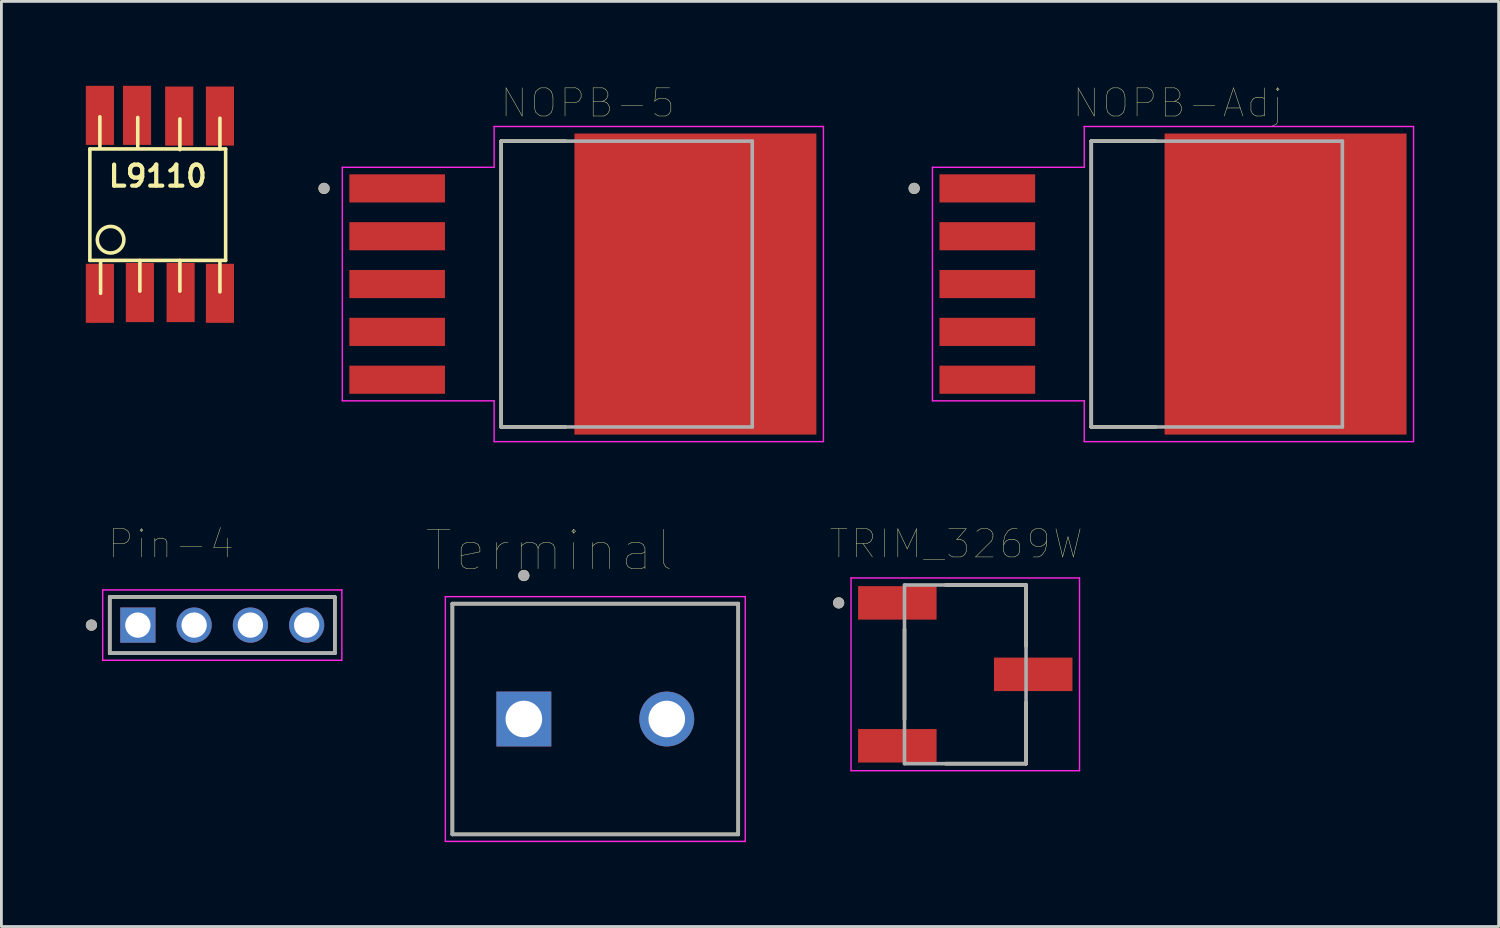
<source format=kicad_pcb>
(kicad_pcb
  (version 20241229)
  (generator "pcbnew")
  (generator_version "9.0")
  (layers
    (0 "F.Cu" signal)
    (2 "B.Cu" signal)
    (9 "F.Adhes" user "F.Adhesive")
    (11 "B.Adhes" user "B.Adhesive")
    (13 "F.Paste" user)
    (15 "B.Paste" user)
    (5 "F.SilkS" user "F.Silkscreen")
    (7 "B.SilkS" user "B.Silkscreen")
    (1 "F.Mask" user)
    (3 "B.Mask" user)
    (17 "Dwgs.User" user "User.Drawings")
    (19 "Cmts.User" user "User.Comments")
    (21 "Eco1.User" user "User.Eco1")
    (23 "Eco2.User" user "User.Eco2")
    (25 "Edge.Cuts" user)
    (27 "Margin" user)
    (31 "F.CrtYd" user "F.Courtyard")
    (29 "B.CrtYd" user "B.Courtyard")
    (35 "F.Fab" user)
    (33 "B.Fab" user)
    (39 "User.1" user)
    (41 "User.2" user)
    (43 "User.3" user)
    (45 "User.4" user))
  (footprint "NOPB-5"
    (layer "F.Cu")
    (at 21.667 7.046)
    (property "Reference" "NOPB-5" (at -3.825 -6.435 0) (layer "F.SilkS") (effects (font (size 1 1) (thickness 0.015))))
    (attr through_hole)
    (fp_poly (pts (xy -12.37 -3.97) (xy -8.83 -3.97) (xy -8.83 -2.83) (xy -12.37 -2.83)) (stroke (width 0.01) (type solid)) (fill yes) (layer "F.Mask"))
    (fp_poly (pts (xy -12.37 -2.27) (xy -8.83 -2.27) (xy -8.83 -1.13) (xy -12.37 -1.13)) (stroke (width 0.01) (type solid)) (fill yes) (layer "F.Mask"))
    (fp_poly (pts (xy -12.37 -0.57) (xy -8.83 -0.57) (xy -8.83 0.57) (xy -12.37 0.57)) (stroke (width 0.01) (type solid)) (fill yes) (layer "F.Mask"))
    (fp_poly (pts (xy -12.37 1.13) (xy -8.83 1.13) (xy -8.83 2.27) (xy -12.37 2.27)) (stroke (width 0.01) (type solid)) (fill yes) (layer "F.Mask"))
    (fp_poly (pts (xy -12.37 2.83) (xy -8.83 2.83) (xy -8.83 3.97) (xy -12.37 3.97)) (stroke (width 0.01) (type solid)) (fill yes) (layer "F.Mask"))
    (fp_poly (pts (xy -4.37 -5.42) (xy 4.37 -5.42) (xy 4.37 5.42) (xy -4.37 5.42)) (stroke (width 0.01) (type solid)) (fill yes) (layer "F.Mask"))
    (fp_line (start -6.905 -5.08) (end -6.905 5.08) (stroke (width 0.127) (type solid)) (layer "F.SilkS"))
    (fp_line (start -6.905 5.08) (end -4.62 5.08) (stroke (width 0.127) (type solid)) (layer "F.SilkS"))
    (fp_line (start -4.62 -5.08) (end -6.905 -5.08) (stroke (width 0.127) (type solid)) (layer "F.SilkS"))
    (fp_circle (center -13.2 -3.4) (end -13.1 -3.4) (stroke (width 0.2) (type solid)) (fill no) (layer "F.SilkS"))
    (fp_poly (pts (xy -12.25 -3.85) (xy -8.95 -3.85) (xy -8.95 -2.95) (xy -12.25 -2.95)) (stroke (width 0.01) (type solid)) (fill yes) (layer "F.Paste"))
    (fp_poly (pts (xy -12.25 -2.15) (xy -8.95 -2.15) (xy -8.95 -1.25) (xy -12.25 -1.25)) (stroke (width 0.01) (type solid)) (fill yes) (layer "F.Paste"))
    (fp_poly (pts (xy -12.25 -0.45) (xy -8.95 -0.45) (xy -8.95 0.45) (xy -12.25 0.45)) (stroke (width 0.01) (type solid)) (fill yes) (layer "F.Paste"))
    (fp_poly (pts (xy -12.25 1.25) (xy -8.95 1.25) (xy -8.95 2.15) (xy -12.25 2.15)) (stroke (width 0.01) (type solid)) (fill yes) (layer "F.Paste"))
    (fp_poly (pts (xy -12.25 2.95) (xy -8.95 2.95) (xy -8.95 3.85) (xy -12.25 3.85)) (stroke (width 0.01) (type solid)) (fill yes) (layer "F.Paste"))
    (fp_poly (pts (xy -4.25 -5.3) (xy 4.25 -5.3) (xy 4.25 5.3) (xy -4.25 5.3)) (stroke (width 0.01) (type solid)) (fill yes) (layer "F.Paste"))
    (fp_line (start -12.55 -4.15) (end -12.55 4.15) (stroke (width 0.05) (type solid)) (layer "F.CrtYd"))
    (fp_line (start -12.55 4.15) (end -7.155 4.15) (stroke (width 0.05) (type solid)) (layer "F.CrtYd"))
    (fp_line (start -7.155 -5.6) (end -7.155 -4.15) (stroke (width 0.05) (type solid)) (layer "F.CrtYd"))
    (fp_line (start -7.155 -4.15) (end -12.55 -4.15) (stroke (width 0.05) (type solid)) (layer "F.CrtYd"))
    (fp_line (start -7.155 4.15) (end -7.155 5.6) (stroke (width 0.05) (type solid)) (layer "F.CrtYd"))
    (fp_line (start -7.155 5.6) (end 4.55 5.6) (stroke (width 0.05) (type solid)) (layer "F.CrtYd"))
    (fp_line (start 4.55 -5.6) (end -7.155 -5.6) (stroke (width 0.05) (type solid)) (layer "F.CrtYd"))
    (fp_line (start 4.55 5.6) (end 4.55 -5.6) (stroke (width 0.05) (type solid)) (layer "F.CrtYd"))
    (fp_line (start -6.905 -5.08) (end -6.905 5.08) (stroke (width 0.127) (type solid)) (layer "F.Fab"))
    (fp_line (start -6.905 5.08) (end 2.02 5.08) (stroke (width 0.127) (type solid)) (layer "F.Fab"))
    (fp_line (start 2.02 -5.08) (end -6.905 -5.08) (stroke (width 0.127) (type solid)) (layer "F.Fab"))
    (fp_line (start 2.02 5.08) (end 2.02 -5.08) (stroke (width 0.127) (type solid)) (layer "F.Fab"))
    (fp_circle (center -13.2 -3.4) (end -13.1 -3.4) (stroke (width 0.2) (type solid)) (fill no) (layer "F.Fab"))
    (pad "1" smd rect (at -10.6 -3.4) (size 3.4 1) (layers "F.Cu"))
    (pad "2" smd rect (at -10.6 -1.7) (size 3.4 1) (layers "F.Cu"))
    (pad "3" smd rect (at -10.6 0) (size 3.4 1) (layers "F.Cu"))
    (pad "4" smd rect (at -10.6 1.7) (size 3.4 1) (layers "F.Cu"))
    (pad "5" smd rect (at -10.6 3.4) (size 3.4 1) (layers "F.Cu"))
    (pad "6" smd rect (at 0 0) (size 8.6 10.7) (layers "F.Cu")))
  (footprint "L9110"
    (layer "F.Cu")
    (at 2.557 4.225)
    (property "Reference" "L9110" (at 0 -1.016 0) (layer "F.SilkS") (effects (font (size 0.749 0.749) (thickness 0.15))))
    (attr smd)
    (fp_line (start -2.413 -1.981) (end -2.413 1.981) (stroke (width 0.127) (type solid)) (layer "F.SilkS"))
    (fp_line (start -2.413 1.981) (end 2.413 1.981) (stroke (width 0.127) (type solid)) (layer "F.SilkS"))
    (fp_line (start -2.057 -2.032) (end -2.057 -3.124) (stroke (width 0.127) (type solid)) (layer "F.SilkS"))
    (fp_line (start -2.032 3.15) (end -2.032 2.057) (stroke (width 0.127) (type solid)) (layer "F.SilkS"))
    (fp_line (start -0.711 -2.007) (end -0.711 -3.099) (stroke (width 0.127) (type solid)) (layer "F.SilkS"))
    (fp_line (start -0.635 3.073) (end -0.635 1.981) (stroke (width 0.127) (type solid)) (layer "F.SilkS"))
    (fp_line (start 0.787 -1.956) (end 0.787 -3.048) (stroke (width 0.127) (type solid)) (layer "F.SilkS"))
    (fp_line (start 0.787 3.073) (end 0.787 1.981) (stroke (width 0.127) (type solid)) (layer "F.SilkS"))
    (fp_line (start 2.21 -3.073) (end 2.21 -1.981) (stroke (width 0.127) (type solid)) (layer "F.SilkS"))
    (fp_line (start 2.21 2.007) (end 2.21 3.099) (stroke (width 0.127) (type solid)) (layer "F.SilkS"))
    (fp_line (start 2.413 -1.981) (end -2.413 -1.981) (stroke (width 0.127) (type solid)) (layer "F.SilkS"))
    (fp_line (start 2.413 1.981) (end 2.413 -1.981) (stroke (width 0.127) (type solid)) (layer "F.SilkS"))
    (fp_circle (center -1.676 1.245) (end -1.956 1.626) (stroke (width 0.127) (type solid)) (fill no) (layer "F.SilkS"))
    (pad "1" smd rect (at -2.057 3.15) (size 1 2.1) (layers "F.Cu" "F.Mask" "F.Paste"))
    (pad "2" smd rect (at -0.635 3.124) (size 1 2.1) (layers "F.Cu" "F.Mask" "F.Paste"))
    (pad "3" smd rect (at 0.813 3.124) (size 1 2.1) (layers "F.Cu" "F.Mask" "F.Paste"))
    (pad "4" smd rect (at 2.21 3.15) (size 1 2.1) (layers "F.Cu" "F.Mask" "F.Paste"))
    (pad "5" smd rect (at 2.21 -3.15) (size 1 2.1) (layers "F.Cu" "F.Mask" "F.Paste"))
    (pad "6" smd rect (at 0.762 -3.15) (size 1 2.1) (layers "F.Cu" "F.Mask" "F.Paste"))
    (pad "7" smd rect (at -0.737 -3.175) (size 1 2.1) (layers "F.Cu" "F.Mask" "F.Paste"))
    (pad "8" smd rect (at -2.057 -3.175) (size 1 2.1) (layers "F.Cu" "F.Mask" "F.Paste")))
  (footprint "NOPB-Adj"
    (layer "F.Cu")
    (at 42.642 7.046)
    (property "Reference" "NOPB-Adj" (at -3.825 -6.435 0) (layer "F.SilkS") (effects (font (size 1 1) (thickness 0.015))))
    (attr through_hole)
    (fp_poly (pts (xy -12.37 -3.97) (xy -8.83 -3.97) (xy -8.83 -2.83) (xy -12.37 -2.83)) (stroke (width 0.01) (type solid)) (fill yes) (layer "F.Mask"))
    (fp_poly (pts (xy -12.37 -2.27) (xy -8.83 -2.27) (xy -8.83 -1.13) (xy -12.37 -1.13)) (stroke (width 0.01) (type solid)) (fill yes) (layer "F.Mask"))
    (fp_poly (pts (xy -12.37 -0.57) (xy -8.83 -0.57) (xy -8.83 0.57) (xy -12.37 0.57)) (stroke (width 0.01) (type solid)) (fill yes) (layer "F.Mask"))
    (fp_poly (pts (xy -12.37 1.13) (xy -8.83 1.13) (xy -8.83 2.27) (xy -12.37 2.27)) (stroke (width 0.01) (type solid)) (fill yes) (layer "F.Mask"))
    (fp_poly (pts (xy -12.37 2.83) (xy -8.83 2.83) (xy -8.83 3.97) (xy -12.37 3.97)) (stroke (width 0.01) (type solid)) (fill yes) (layer "F.Mask"))
    (fp_poly (pts (xy -4.37 -5.42) (xy 4.37 -5.42) (xy 4.37 5.42) (xy -4.37 5.42)) (stroke (width 0.01) (type solid)) (fill yes) (layer "F.Mask"))
    (fp_line (start -6.905 -5.08) (end -6.905 5.08) (stroke (width 0.127) (type solid)) (layer "F.SilkS"))
    (fp_line (start -6.905 5.08) (end -4.62 5.08) (stroke (width 0.127) (type solid)) (layer "F.SilkS"))
    (fp_line (start -4.62 -5.08) (end -6.905 -5.08) (stroke (width 0.127) (type solid)) (layer "F.SilkS"))
    (fp_circle (center -13.2 -3.4) (end -13.1 -3.4) (stroke (width 0.2) (type solid)) (fill no) (layer "F.SilkS"))
    (fp_poly (pts (xy -12.25 -3.85) (xy -8.95 -3.85) (xy -8.95 -2.95) (xy -12.25 -2.95)) (stroke (width 0.01) (type solid)) (fill yes) (layer "F.Paste"))
    (fp_poly (pts (xy -12.25 -2.15) (xy -8.95 -2.15) (xy -8.95 -1.25) (xy -12.25 -1.25)) (stroke (width 0.01) (type solid)) (fill yes) (layer "F.Paste"))
    (fp_poly (pts (xy -12.25 -0.45) (xy -8.95 -0.45) (xy -8.95 0.45) (xy -12.25 0.45)) (stroke (width 0.01) (type solid)) (fill yes) (layer "F.Paste"))
    (fp_poly (pts (xy -12.25 1.25) (xy -8.95 1.25) (xy -8.95 2.15) (xy -12.25 2.15)) (stroke (width 0.01) (type solid)) (fill yes) (layer "F.Paste"))
    (fp_poly (pts (xy -12.25 2.95) (xy -8.95 2.95) (xy -8.95 3.85) (xy -12.25 3.85)) (stroke (width 0.01) (type solid)) (fill yes) (layer "F.Paste"))
    (fp_poly (pts (xy -4.25 -5.3) (xy 4.25 -5.3) (xy 4.25 5.3) (xy -4.25 5.3)) (stroke (width 0.01) (type solid)) (fill yes) (layer "F.Paste"))
    (fp_line (start -12.55 -4.15) (end -12.55 4.15) (stroke (width 0.05) (type solid)) (layer "F.CrtYd"))
    (fp_line (start -12.55 4.15) (end -7.155 4.15) (stroke (width 0.05) (type solid)) (layer "F.CrtYd"))
    (fp_line (start -7.155 -5.6) (end -7.155 -4.15) (stroke (width 0.05) (type solid)) (layer "F.CrtYd"))
    (fp_line (start -7.155 -4.15) (end -12.55 -4.15) (stroke (width 0.05) (type solid)) (layer "F.CrtYd"))
    (fp_line (start -7.155 4.15) (end -7.155 5.6) (stroke (width 0.05) (type solid)) (layer "F.CrtYd"))
    (fp_line (start -7.155 5.6) (end 4.55 5.6) (stroke (width 0.05) (type solid)) (layer "F.CrtYd"))
    (fp_line (start 4.55 -5.6) (end -7.155 -5.6) (stroke (width 0.05) (type solid)) (layer "F.CrtYd"))
    (fp_line (start 4.55 5.6) (end 4.55 -5.6) (stroke (width 0.05) (type solid)) (layer "F.CrtYd"))
    (fp_line (start -6.905 -5.08) (end -6.905 5.08) (stroke (width 0.127) (type solid)) (layer "F.Fab"))
    (fp_line (start -6.905 5.08) (end 2.02 5.08) (stroke (width 0.127) (type solid)) (layer "F.Fab"))
    (fp_line (start 2.02 -5.08) (end -6.905 -5.08) (stroke (width 0.127) (type solid)) (layer "F.Fab"))
    (fp_line (start 2.02 5.08) (end 2.02 -5.08) (stroke (width 0.127) (type solid)) (layer "F.Fab"))
    (fp_circle (center -13.2 -3.4) (end -13.1 -3.4) (stroke (width 0.2) (type solid)) (fill no) (layer "F.Fab"))
    (pad "1" smd rect (at -10.6 -3.4) (size 3.4 1) (layers "F.Cu"))
    (pad "2" smd rect (at -10.6 -1.7) (size 3.4 1) (layers "F.Cu"))
    (pad "3" smd rect (at -10.6 0) (size 3.4 1) (layers "F.Cu"))
    (pad "4" smd rect (at -10.6 1.7) (size 3.4 1) (layers "F.Cu"))
    (pad "5" smd rect (at -10.6 3.4) (size 3.4 1) (layers "F.Cu"))
    (pad "6" smd rect (at 0 0) (size 8.6 10.7) (layers "F.Cu")))
  (footprint "Terminal"
    (layer "F.Cu")
    (at 15.569 22.506)
    (property "Reference" "Terminal" (at 0.905 -5.989 0) (layer "F.SilkS") (effects (font (size 1.4 1.4) (thickness 0.015))))
    (attr through_hole)
    (fp_line (start -2.54 -4.1) (end 7.62 -4.1) (stroke (width 0.127) (type solid)) (layer "F.SilkS"))
    (fp_line (start -2.54 4.1) (end -2.54 -4.1) (stroke (width 0.127) (type solid)) (layer "F.SilkS"))
    (fp_line (start 7.62 -4.1) (end 7.62 4.1) (stroke (width 0.127) (type solid)) (layer "F.SilkS"))
    (fp_line (start 7.62 4.1) (end -2.54 4.1) (stroke (width 0.127) (type solid)) (layer "F.SilkS"))
    (fp_circle (center 0 -5.1) (end 0.1 -5.1) (stroke (width 0.2) (type solid)) (fill no) (layer "F.SilkS"))
    (fp_line (start -2.79 -4.35) (end 7.87 -4.35) (stroke (width 0.05) (type solid)) (layer "F.CrtYd"))
    (fp_line (start -2.79 4.35) (end -2.79 -4.35) (stroke (width 0.05) (type solid)) (layer "F.CrtYd"))
    (fp_line (start 7.87 -4.35) (end 7.87 4.35) (stroke (width 0.05) (type solid)) (layer "F.CrtYd"))
    (fp_line (start 7.87 4.35) (end -2.79 4.35) (stroke (width 0.05) (type solid)) (layer "F.CrtYd"))
    (fp_line (start -2.54 -4.1) (end 7.62 -4.1) (stroke (width 0.127) (type solid)) (layer "F.Fab"))
    (fp_line (start -2.54 4.1) (end -2.54 -4.1) (stroke (width 0.127) (type solid)) (layer "F.Fab"))
    (fp_line (start 7.62 -4.1) (end 7.62 4.1) (stroke (width 0.127) (type solid)) (layer "F.Fab"))
    (fp_line (start 7.62 4.1) (end -2.54 4.1) (stroke (width 0.127) (type solid)) (layer "F.Fab"))
    (fp_circle (center 0 -5.1) (end 0.1 -5.1) (stroke (width 0.2) (type solid)) (fill no) (layer "F.Fab"))
    (pad "1" thru_hole rect (at 0 0) (size 1.95 1.95) (drill 1.3) (layers "*.Cu" "*.Mask"))
    (pad "2" thru_hole circle (at 5.08 0) (size 1.95 1.95) (drill 1.3) (layers "*.Cu" "*.Mask")))
  (footprint "TRIM_3269W"
    (layer "F.Cu")
    (at 31.259 20.918)
    (property "Reference" "TRIM_3269W" (at -0.325 -4.635 0) (layer "F.SilkS") (effects (font (size 1 1) (thickness 0.015))))
    (attr through_hole)
    (fp_line (start -2.16 1.6) (end -2.16 -1.6) (stroke (width 0.127) (type solid)) (layer "F.SilkS"))
    (fp_line (start -0.7 -3.175) (end 2.16 -3.175) (stroke (width 0.127) (type solid)) (layer "F.SilkS"))
    (fp_line (start 2.16 -3.175) (end 2.16 -1) (stroke (width 0.127) (type solid)) (layer "F.SilkS"))
    (fp_line (start 2.16 1) (end 2.16 3.175) (stroke (width 0.127) (type solid)) (layer "F.SilkS"))
    (fp_line (start 2.16 3.175) (end -0.7 3.175) (stroke (width 0.127) (type solid)) (layer "F.SilkS"))
    (fp_circle (center -4.5 -2.54) (end -4.4 -2.54) (stroke (width 0.2) (type solid)) (fill no) (layer "F.SilkS"))
    (fp_line (start -4.06 -3.425) (end 4.06 -3.425) (stroke (width 0.05) (type solid)) (layer "F.CrtYd"))
    (fp_line (start -4.06 3.425) (end -4.06 -3.425) (stroke (width 0.05) (type solid)) (layer "F.CrtYd"))
    (fp_line (start 4.06 -3.425) (end 4.06 3.425) (stroke (width 0.05) (type solid)) (layer "F.CrtYd"))
    (fp_line (start 4.06 3.425) (end -4.06 3.425) (stroke (width 0.05) (type solid)) (layer "F.CrtYd"))
    (fp_line (start -2.16 -3.175) (end 2.16 -3.175) (stroke (width 0.127) (type solid)) (layer "F.Fab"))
    (fp_line (start -2.16 3.175) (end -2.16 -3.175) (stroke (width 0.127) (type solid)) (layer "F.Fab"))
    (fp_line (start 2.16 -3.175) (end 2.16 3.175) (stroke (width 0.127) (type solid)) (layer "F.Fab"))
    (fp_line (start 2.16 3.175) (end -2.16 3.175) (stroke (width 0.127) (type solid)) (layer "F.Fab"))
    (fp_circle (center -4.5 -2.54) (end -4.4 -2.54) (stroke (width 0.2) (type solid)) (fill no) (layer "F.Fab"))
    (pad "1" smd rect (at -2.415 -2.54) (size 2.79 1.19) (layers "F.Cu" "F.Mask" "F.Paste"))
    (pad "2" smd rect (at 2.415 0) (size 2.79 1.19) (layers "F.Cu" "F.Mask" "F.Paste"))
    (pad "3" smd rect (at -2.415 2.54) (size 2.79 1.19) (layers "F.Cu" "F.Mask" "F.Paste")))
  (footprint "Pin-4"
    (layer "F.Cu")
    (at 1.85 19.168)
    (property "Reference" "Pin-4" (at 1.175 -2.885 0) (layer "F.SilkS") (effects (font (size 1 1) (thickness 0.015))))
    (attr through_hole)
    (fp_line (start -1 1) (end -1 -1) (stroke (width 0.127) (type solid)) (layer "F.SilkS"))
    (fp_line (start 7 -1) (end -1 -1) (stroke (width 0.127) (type solid)) (layer "F.SilkS"))
    (fp_line (start 7 -1) (end 7 1) (stroke (width 0.127) (type solid)) (layer "F.SilkS"))
    (fp_line (start 7 1) (end -1 1) (stroke (width 0.127) (type solid)) (layer "F.SilkS"))
    (fp_circle (center -1.65 0) (end -1.55 0) (stroke (width 0.2) (type solid)) (fill no) (layer "F.SilkS"))
    (fp_line (start -1.25 -1.25) (end 7.25 -1.25) (stroke (width 0.05) (type solid)) (layer "F.CrtYd"))
    (fp_line (start -1.25 1.25) (end -1.25 -1.25) (stroke (width 0.05) (type solid)) (layer "F.CrtYd"))
    (fp_line (start 7.25 -1.25) (end 7.25 1.25) (stroke (width 0.05) (type solid)) (layer "F.CrtYd"))
    (fp_line (start 7.25 1.25) (end -1.25 1.25) (stroke (width 0.05) (type solid)) (layer "F.CrtYd"))
    (fp_line (start -1 -1) (end 7 -1) (stroke (width 0.127) (type solid)) (layer "F.Fab"))
    (fp_line (start -1 1) (end -1 -1) (stroke (width 0.127) (type solid)) (layer "F.Fab"))
    (fp_line (start -1 1) (end -1 1) (stroke (width 0.127) (type solid)) (layer "F.Fab"))
    (fp_line (start -1 1) (end 7 1) (stroke (width 0.127) (type solid)) (layer "F.Fab"))
    (fp_line (start 7 -1) (end 7 1) (stroke (width 0.127) (type solid)) (layer "F.Fab"))
    (fp_line (start 7 1) (end -1 1) (stroke (width 0.127) (type solid)) (layer "F.Fab"))
    (fp_line (start 7 1) (end 7 1) (stroke (width 0.127) (type solid)) (layer "F.Fab"))
    (fp_circle (center -1.65 0) (end -1.55 0) (stroke (width 0.2) (type solid)) (fill no) (layer "F.Fab"))
    (pad "1" thru_hole rect (at 0 0) (size 1.25 1.25) (drill 0.9) (layers "*.Cu" "*.Mask"))
    (pad "2" thru_hole circle (at 2 0) (size 1.25 1.25) (drill 0.9) (layers "*.Cu" "*.Mask"))
    (pad "3" thru_hole circle (at 4 0) (size 1.25 1.25) (drill 0.9) (layers "*.Cu" "*.Mask"))
    (pad "4" thru_hole circle (at 6 0) (size 1.25 1.25) (drill 0.9) (layers "*.Cu" "*.Mask")))
  (gr_rect
    (start -3 -3)
    (end 50.217 29.881)
    (stroke (width 0.1) (type default))
    (fill no)
    (layer "Edge.Cuts")))
</source>
